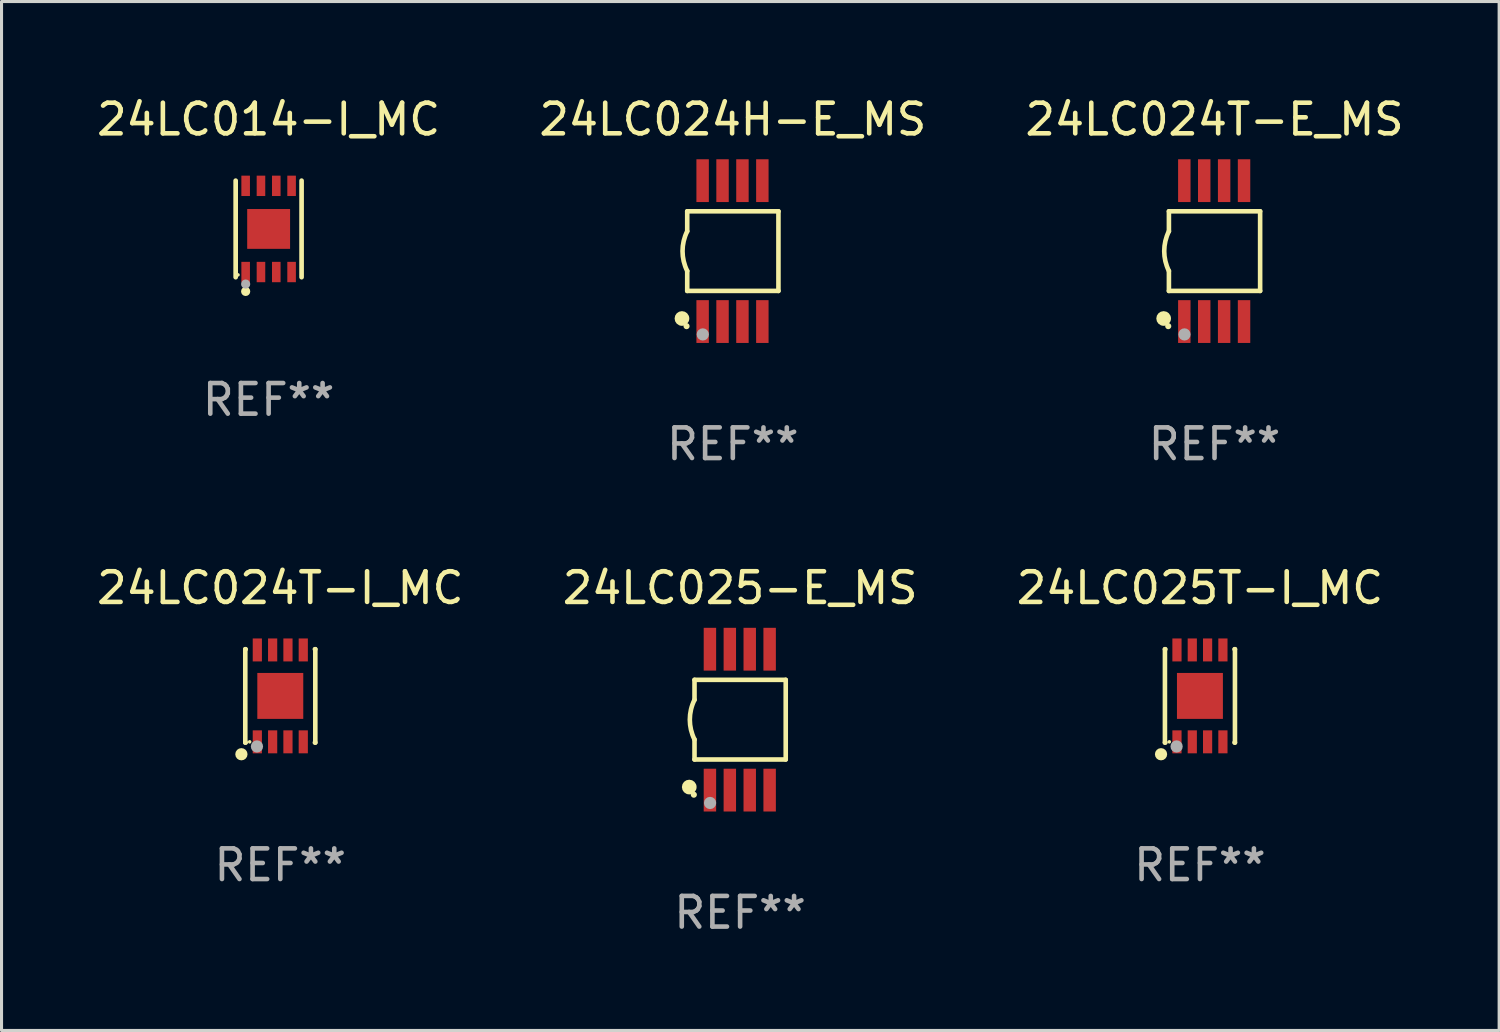
<source format=kicad_pcb>
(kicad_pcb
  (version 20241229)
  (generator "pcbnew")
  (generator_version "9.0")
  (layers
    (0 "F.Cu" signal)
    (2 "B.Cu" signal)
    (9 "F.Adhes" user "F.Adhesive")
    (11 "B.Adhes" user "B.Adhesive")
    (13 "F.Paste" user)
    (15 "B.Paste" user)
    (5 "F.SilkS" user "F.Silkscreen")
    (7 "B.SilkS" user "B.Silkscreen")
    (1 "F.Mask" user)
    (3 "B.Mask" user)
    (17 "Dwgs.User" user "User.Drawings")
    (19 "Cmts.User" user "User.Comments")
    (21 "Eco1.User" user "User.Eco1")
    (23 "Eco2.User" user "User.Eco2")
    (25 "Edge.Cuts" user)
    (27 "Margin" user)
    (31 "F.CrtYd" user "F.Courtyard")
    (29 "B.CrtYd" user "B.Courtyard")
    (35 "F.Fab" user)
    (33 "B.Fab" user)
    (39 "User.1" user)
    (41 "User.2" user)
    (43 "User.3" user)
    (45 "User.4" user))
  (footprint "24LC024H-E_MS"
    (layer "F.Cu")
    (at 20.875 5.148)
    (property "Reference" "24LC024H-E_MS" (at 0 -4.3 0) (layer "F.SilkS") (effects (font (size 1 1) (thickness 0.15))))
    (attr through_hole)
    (fp_line (start -1.489 -1.3) (end -1.489 -0.648) (stroke (width 0.15) (type solid)) (layer "F.SilkS"))
    (fp_line (start -1.489 0.648) (end -1.489 1.3) (stroke (width 0.15) (type solid)) (layer "F.SilkS"))
    (fp_line (start -1.489 1.3) (end 1.489 1.3) (stroke (width 0.15) (type solid)) (layer "F.SilkS"))
    (fp_line (start 1.489 -1.3) (end -1.489 -1.3) (stroke (width 0.15) (type solid)) (layer "F.SilkS"))
    (fp_line (start 1.489 1.3) (end 1.489 -1.3) (stroke (width 0.15) (type solid)) (layer "F.SilkS"))
    (fp_arc (start -1.489205 0.647702) (mid -1.642107 0) (end -1.489205 -0.647701) (stroke (width 0.150013) (type solid)) (layer "F.SilkS"))
    (fp_circle (center -1.661 2.2) (end -1.541 2.2) (stroke (width 0.24) (type solid)) (fill no) (layer "F.SilkS"))
    (fp_circle (center -1.511 2.45) (end -1.461 2.45) (stroke (width 0.1) (type solid)) (fill no) (layer "F.SilkS"))
    (fp_circle (center -0.981 2.72) (end -0.881 2.72) (stroke (width 0.2) (type solid)) (fill no) (layer "F.Fab"))
    (fp_text user "REF**" (at 0 6.3 0) (layer "F.Fab") (effects (font (size 1 1) (thickness 0.15))))
    (pad "1" smd rect (at -0.986 2.3) (size 0.406 1.397) (layers "F.Cu" "F.Mask" "F.Paste"))
    (pad "2" smd rect (at -0.336 2.3) (size 0.406 1.397) (layers "F.Cu" "F.Mask" "F.Paste"))
    (pad "3" smd rect (at 0.314 2.3) (size 0.406 1.397) (layers "F.Cu" "F.Mask" "F.Paste"))
    (pad "4" smd rect (at 0.964 2.3) (size 0.406 1.397) (layers "F.Cu" "F.Mask" "F.Paste"))
    (pad "5" smd rect (at 0.964 -2.3) (size 0.406 1.397) (layers "F.Cu" "F.Mask" "F.Paste"))
    (pad "6" smd rect (at 0.314 -2.3) (size 0.406 1.397) (layers "F.Cu" "F.Mask" "F.Paste"))
    (pad "7" smd rect (at -0.336 -2.3) (size 0.406 1.397) (layers "F.Cu" "F.Mask" "F.Paste"))
    (pad "8" smd rect (at -0.986 -2.3) (size 0.406 1.397) (layers "F.Cu" "F.Mask" "F.Paste")))
  (footprint "24LC014-I_MC"
    (layer "F.Cu")
    (at 5.72 4.424)
    (property "Reference" "24LC014-I_MC" (at 0 -3.576 0) (layer "F.SilkS") (effects (font (size 1 1) (thickness 0.15))))
    (attr through_hole)
    (fp_line (start -1.076 1.576) (end -1.076 -1.576) (stroke (width 0.152) (type solid)) (layer "F.SilkS"))
    (fp_line (start 1.076 1.576) (end 1.076 -1.576) (stroke (width 0.152) (type solid)) (layer "F.SilkS"))
    (fp_circle (center -1 1.5) (end -0.97 1.5) (stroke (width 0.06) (type solid)) (fill no) (layer "F.SilkS"))
    (fp_circle (center -0.75 2.04) (end -0.675 2.04) (stroke (width 0.15) (type solid)) (fill no) (layer "F.SilkS"))
    (fp_circle (center -0.75 1.8) (end -0.675 1.8) (stroke (width 0.15) (type solid)) (fill no) (layer "F.Fab"))
    (fp_text user "REF**" (at 0 5.576 0) (layer "F.Fab") (effects (font (size 1 1) (thickness 0.15))))
    (pad "1" smd rect (at -0.75 1.407) (size 0.28 0.665) (layers "F.Cu" "F.Mask" "F.Paste"))
    (pad "2" smd rect (at -0.25 1.407) (size 0.28 0.665) (layers "F.Cu" "F.Mask" "F.Paste"))
    (pad "3" smd rect (at 0.25 1.407) (size 0.28 0.665) (layers "F.Cu" "F.Mask" "F.Paste"))
    (pad "4" smd rect (at 0.75 1.407) (size 0.28 0.665) (layers "F.Cu" "F.Mask" "F.Paste"))
    (pad "5" smd rect (at 0.75 -1.407) (size 0.28 0.665) (layers "F.Cu" "F.Mask" "F.Paste"))
    (pad "6" smd rect (at 0.25 -1.407) (size 0.28 0.665) (layers "F.Cu" "F.Mask" "F.Paste"))
    (pad "7" smd rect (at -0.25 -1.407) (size 0.28 0.665) (layers "F.Cu" "F.Mask" "F.Paste"))
    (pad "8" smd rect (at -0.75 -1.407) (size 0.28 0.665) (layers "F.Cu" "F.Mask" "F.Paste"))
    (pad "9" smd rect (at 0 0) (size 1.4 1.3) (layers "F.Cu" "F.Mask" "F.Paste")))
  (footprint "24LC025T-I_MC"
    (layer "F.Cu")
    (at 36.125 19.669)
    (property "Reference" "24LC025T-I_MC" (at 0 -3.524 0) (layer "F.SilkS") (effects (font (size 1 1) (thickness 0.15))))
    (attr through_hole)
    (fp_line (start -1.143 -1.524) (end -1.143 1.524) (stroke (width 0.15) (type solid)) (layer "F.SilkS"))
    (fp_line (start -1.143 1.524) (end -1.129 1.524) (stroke (width 0.15) (type solid)) (layer "F.SilkS"))
    (fp_line (start -1.129 -1.524) (end -1.143 -1.524) (stroke (width 0.15) (type solid)) (layer "F.SilkS"))
    (fp_line (start 1.129 1.524) (end 1.143 1.524) (stroke (width 0.15) (type solid)) (layer "F.SilkS"))
    (fp_line (start 1.143 -1.524) (end 1.129 -1.524) (stroke (width 0.15) (type solid)) (layer "F.SilkS"))
    (fp_line (start 1.143 1.524) (end 1.143 -1.524) (stroke (width 0.15) (type solid)) (layer "F.SilkS"))
    (fp_circle (center -1.27 1.905) (end -1.17 1.905) (stroke (width 0.2) (type solid)) (fill no) (layer "F.SilkS"))
    (fp_circle (center -1 1.5) (end -0.97 1.5) (stroke (width 0.06) (type solid)) (fill no) (layer "F.SilkS"))
    (fp_circle (center -0.762 1.651) (end -0.662 1.651) (stroke (width 0.2) (type solid)) (fill no) (layer "F.Fab"))
    (fp_text user "REF**" (at 0 5.524 0) (layer "F.Fab") (effects (font (size 1 1) (thickness 0.15))))
    (pad "1" smd rect (at -0.75 1.5 90) (size 0.75 0.3) (layers "F.Cu" "F.Mask" "F.Paste"))
    (pad "2" smd rect (at -0.25 1.5 90) (size 0.75 0.3) (layers "F.Cu" "F.Mask" "F.Paste"))
    (pad "3" smd rect (at 0.25 1.5 90) (size 0.75 0.3) (layers "F.Cu" "F.Mask" "F.Paste"))
    (pad "4" smd rect (at 0.75 1.5 90) (size 0.75 0.3) (layers "F.Cu" "F.Mask" "F.Paste"))
    (pad "5" smd rect (at 0.75 -1.5 90) (size 0.75 0.3) (layers "F.Cu" "F.Mask" "F.Paste"))
    (pad "6" smd rect (at 0.25 -1.5 90) (size 0.75 0.3) (layers "F.Cu" "F.Mask" "F.Paste"))
    (pad "7" smd rect (at -0.25 -1.5 90) (size 0.75 0.3) (layers "F.Cu" "F.Mask" "F.Paste"))
    (pad "8" smd rect (at -0.75 -1.5 90) (size 0.75 0.3) (layers "F.Cu" "F.Mask" "F.Paste"))
    (pad "9" smd rect (at -0.000254 0.001 90) (size 1.5 1.5) (layers "F.Cu" "F.Mask" "F.Paste")))
  (footprint "24LC025-E_MS"
    (layer "F.Cu")
    (at 21.113 20.445)
    (property "Reference" "24LC025-E_MS" (at 0 -4.3 0) (layer "F.SilkS") (effects (font (size 1 1) (thickness 0.15))))
    (attr through_hole)
    (fp_line (start -1.489 -1.3) (end -1.489 -0.648) (stroke (width 0.15) (type solid)) (layer "F.SilkS"))
    (fp_line (start -1.489 0.648) (end -1.489 1.3) (stroke (width 0.15) (type solid)) (layer "F.SilkS"))
    (fp_line (start -1.489 1.3) (end 1.489 1.3) (stroke (width 0.15) (type solid)) (layer "F.SilkS"))
    (fp_line (start 1.489 -1.3) (end -1.489 -1.3) (stroke (width 0.15) (type solid)) (layer "F.SilkS"))
    (fp_line (start 1.489 1.3) (end 1.489 -1.3) (stroke (width 0.15) (type solid)) (layer "F.SilkS"))
    (fp_arc (start -1.489205 0.647702) (mid -1.642107 0) (end -1.489205 -0.647701) (stroke (width 0.150013) (type solid)) (layer "F.SilkS"))
    (fp_circle (center -1.661 2.2) (end -1.541 2.2) (stroke (width 0.24) (type solid)) (fill no) (layer "F.SilkS"))
    (fp_circle (center -1.511 2.45) (end -1.461 2.45) (stroke (width 0.1) (type solid)) (fill no) (layer "F.SilkS"))
    (fp_circle (center -0.981 2.72) (end -0.881 2.72) (stroke (width 0.2) (type solid)) (fill no) (layer "F.Fab"))
    (fp_text user "REF**" (at 0 6.3 0) (layer "F.Fab") (effects (font (size 1 1) (thickness 0.15))))
    (pad "1" smd rect (at -0.986 2.3) (size 0.406 1.397) (layers "F.Cu" "F.Mask" "F.Paste"))
    (pad "2" smd rect (at -0.336 2.3) (size 0.406 1.397) (layers "F.Cu" "F.Mask" "F.Paste"))
    (pad "3" smd rect (at 0.314 2.3) (size 0.406 1.397) (layers "F.Cu" "F.Mask" "F.Paste"))
    (pad "4" smd rect (at 0.964 2.3) (size 0.406 1.397) (layers "F.Cu" "F.Mask" "F.Paste"))
    (pad "5" smd rect (at 0.964 -2.3) (size 0.406 1.397) (layers "F.Cu" "F.Mask" "F.Paste"))
    (pad "6" smd rect (at 0.314 -2.3) (size 0.406 1.397) (layers "F.Cu" "F.Mask" "F.Paste"))
    (pad "7" smd rect (at -0.336 -2.3) (size 0.406 1.397) (layers "F.Cu" "F.Mask" "F.Paste"))
    (pad "8" smd rect (at -0.986 -2.3) (size 0.406 1.397) (layers "F.Cu" "F.Mask" "F.Paste")))
  (footprint "24LC024T-I_MC"
    (layer "F.Cu")
    (at 6.101 19.669)
    (property "Reference" "24LC024T-I_MC" (at 0 -3.524 0) (layer "F.SilkS") (effects (font (size 1 1) (thickness 0.15))))
    (attr through_hole)
    (fp_line (start -1.143 -1.524) (end -1.143 1.524) (stroke (width 0.15) (type solid)) (layer "F.SilkS"))
    (fp_line (start -1.143 1.524) (end -1.129 1.524) (stroke (width 0.15) (type solid)) (layer "F.SilkS"))
    (fp_line (start -1.129 -1.524) (end -1.143 -1.524) (stroke (width 0.15) (type solid)) (layer "F.SilkS"))
    (fp_line (start 1.129 1.524) (end 1.143 1.524) (stroke (width 0.15) (type solid)) (layer "F.SilkS"))
    (fp_line (start 1.143 -1.524) (end 1.129 -1.524) (stroke (width 0.15) (type solid)) (layer "F.SilkS"))
    (fp_line (start 1.143 1.524) (end 1.143 -1.524) (stroke (width 0.15) (type solid)) (layer "F.SilkS"))
    (fp_circle (center -1.27 1.905) (end -1.17 1.905) (stroke (width 0.2) (type solid)) (fill no) (layer "F.SilkS"))
    (fp_circle (center -1 1.5) (end -0.97 1.5) (stroke (width 0.06) (type solid)) (fill no) (layer "F.SilkS"))
    (fp_circle (center -0.762 1.651) (end -0.662 1.651) (stroke (width 0.2) (type solid)) (fill no) (layer "F.Fab"))
    (fp_text user "REF**" (at 0 5.524 0) (layer "F.Fab") (effects (font (size 1 1) (thickness 0.15))))
    (pad "1" smd rect (at -0.75 1.5 90) (size 0.75 0.3) (layers "F.Cu" "F.Mask" "F.Paste"))
    (pad "2" smd rect (at -0.25 1.5 90) (size 0.75 0.3) (layers "F.Cu" "F.Mask" "F.Paste"))
    (pad "3" smd rect (at 0.25 1.5 90) (size 0.75 0.3) (layers "F.Cu" "F.Mask" "F.Paste"))
    (pad "4" smd rect (at 0.75 1.5 90) (size 0.75 0.3) (layers "F.Cu" "F.Mask" "F.Paste"))
    (pad "5" smd rect (at 0.75 -1.5 90) (size 0.75 0.3) (layers "F.Cu" "F.Mask" "F.Paste"))
    (pad "6" smd rect (at 0.25 -1.5 90) (size 0.75 0.3) (layers "F.Cu" "F.Mask" "F.Paste"))
    (pad "7" smd rect (at -0.25 -1.5 90) (size 0.75 0.3) (layers "F.Cu" "F.Mask" "F.Paste"))
    (pad "8" smd rect (at -0.75 -1.5 90) (size 0.75 0.3) (layers "F.Cu" "F.Mask" "F.Paste"))
    (pad "9" smd rect (at -0.000254 0.001 90) (size 1.5 1.5) (layers "F.Cu" "F.Mask" "F.Paste")))
  (footprint "24LC024T-E_MS"
    (layer "F.Cu")
    (at 36.601 5.148)
    (property "Reference" "24LC024T-E_MS" (at 0 -4.3 0) (layer "F.SilkS") (effects (font (size 1 1) (thickness 0.15))))
    (attr through_hole)
    (fp_line (start -1.489 -1.3) (end -1.489 -0.648) (stroke (width 0.15) (type solid)) (layer "F.SilkS"))
    (fp_line (start -1.489 0.648) (end -1.489 1.3) (stroke (width 0.15) (type solid)) (layer "F.SilkS"))
    (fp_line (start -1.489 1.3) (end 1.489 1.3) (stroke (width 0.15) (type solid)) (layer "F.SilkS"))
    (fp_line (start 1.489 -1.3) (end -1.489 -1.3) (stroke (width 0.15) (type solid)) (layer "F.SilkS"))
    (fp_line (start 1.489 1.3) (end 1.489 -1.3) (stroke (width 0.15) (type solid)) (layer "F.SilkS"))
    (fp_arc (start -1.489205 0.647702) (mid -1.642107 0) (end -1.489205 -0.647701) (stroke (width 0.150013) (type solid)) (layer "F.SilkS"))
    (fp_circle (center -1.661 2.2) (end -1.541 2.2) (stroke (width 0.24) (type solid)) (fill no) (layer "F.SilkS"))
    (fp_circle (center -1.511 2.45) (end -1.461 2.45) (stroke (width 0.1) (type solid)) (fill no) (layer "F.SilkS"))
    (fp_circle (center -0.981 2.72) (end -0.881 2.72) (stroke (width 0.2) (type solid)) (fill no) (layer "F.Fab"))
    (fp_text user "REF**" (at 0 6.3 0) (layer "F.Fab") (effects (font (size 1 1) (thickness 0.15))))
    (pad "1" smd rect (at -0.986 2.3) (size 0.406 1.397) (layers "F.Cu" "F.Mask" "F.Paste"))
    (pad "2" smd rect (at -0.336 2.3) (size 0.406 1.397) (layers "F.Cu" "F.Mask" "F.Paste"))
    (pad "3" smd rect (at 0.314 2.3) (size 0.406 1.397) (layers "F.Cu" "F.Mask" "F.Paste"))
    (pad "4" smd rect (at 0.964 2.3) (size 0.406 1.397) (layers "F.Cu" "F.Mask" "F.Paste"))
    (pad "5" smd rect (at 0.964 -2.3) (size 0.406 1.397) (layers "F.Cu" "F.Mask" "F.Paste"))
    (pad "6" smd rect (at 0.314 -2.3) (size 0.406 1.397) (layers "F.Cu" "F.Mask" "F.Paste"))
    (pad "7" smd rect (at -0.336 -2.3) (size 0.406 1.397) (layers "F.Cu" "F.Mask" "F.Paste"))
    (pad "8" smd rect (at -0.986 -2.3) (size 0.406 1.397) (layers "F.Cu" "F.Mask" "F.Paste")))
  (gr_rect
    (start -3 -3)
    (end 45.893 30.593)
    (stroke (width 0.1) (type default))
    (fill no)
    (layer "Edge.Cuts")))
</source>
